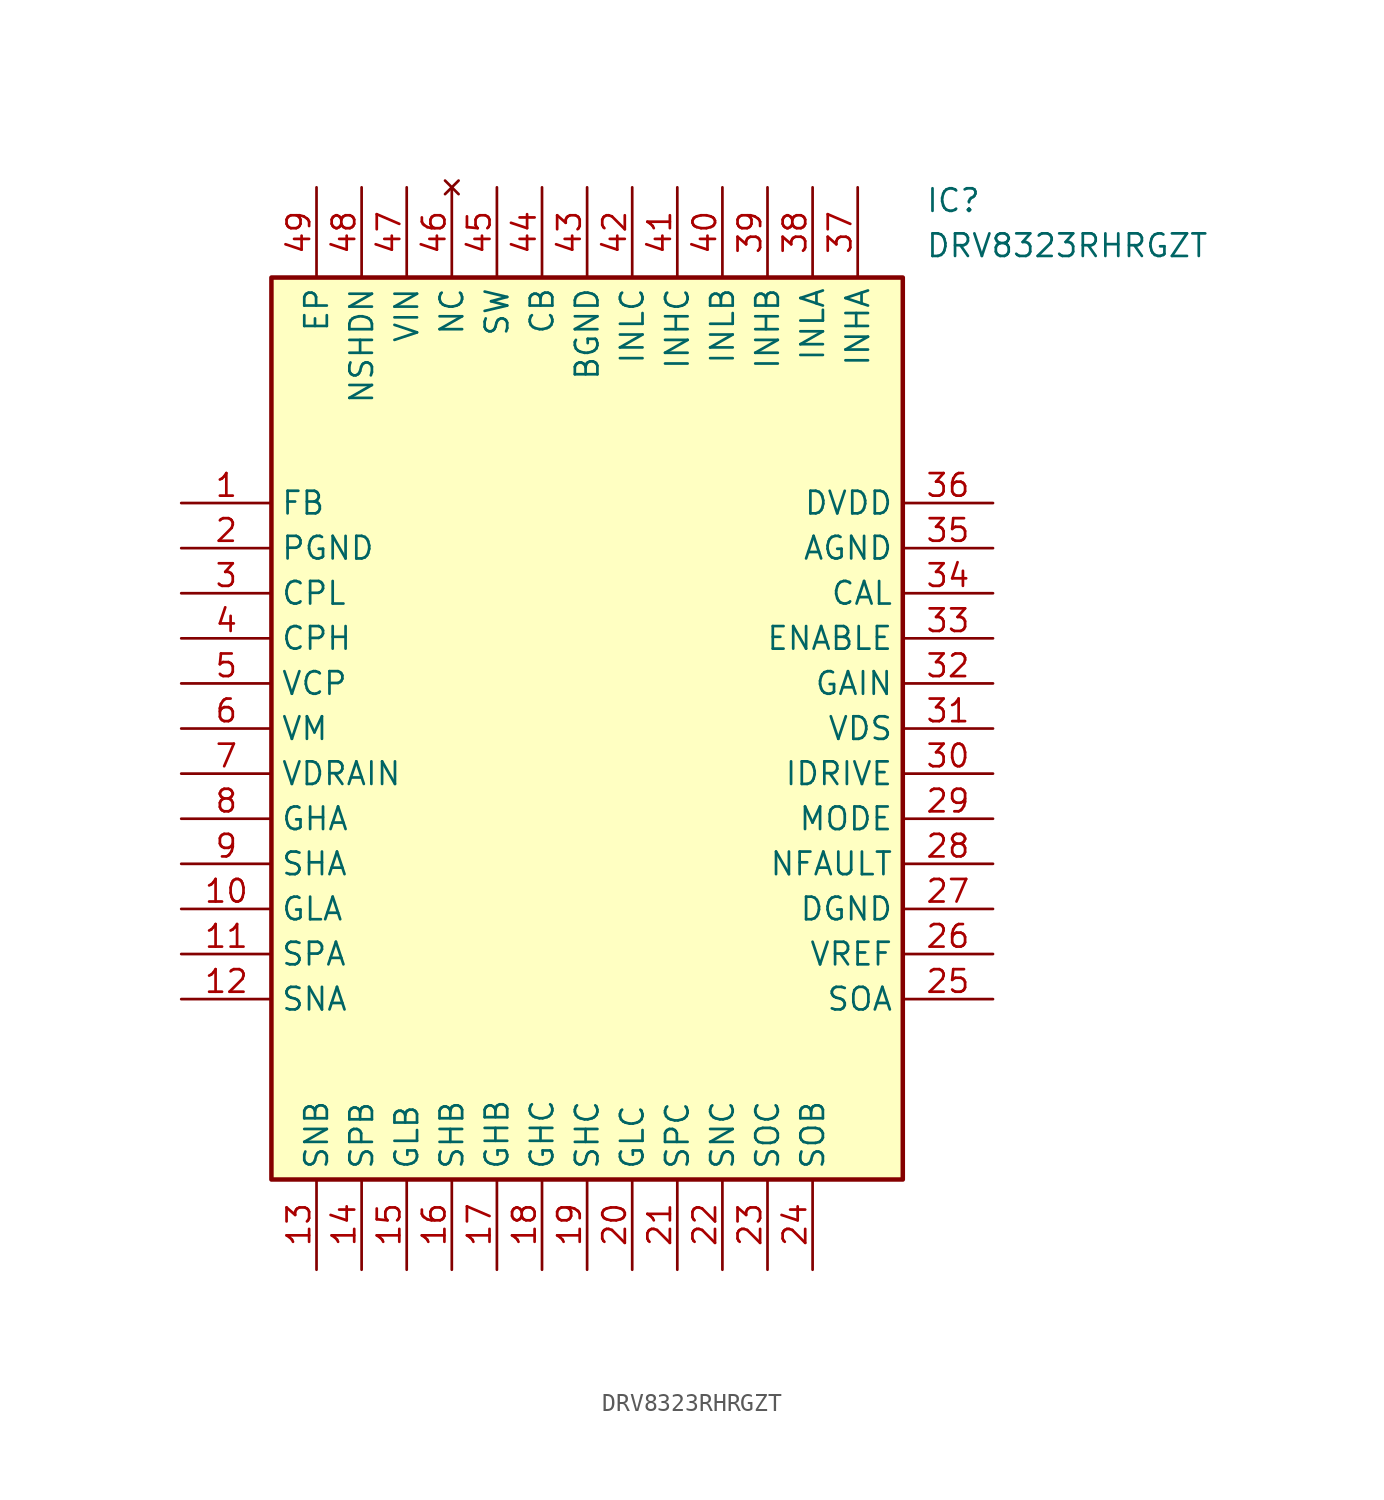
<source format=kicad_sym>
(kicad_symbol_lib
  (version 20231120)
  (generator "kicad_symbol_editor")
  (generator_version "8.0")
  (symbol "DRV8323RHRGZT"
    (property "Reference" "IC"
      (at 41.91 17.78 0)
      (effects (font (size 1.27 1.27)) (justify left top)))
    (property "Value" "DRV8323RHRGZT"
      (at 41.91 15.24 0)
      (effects (font (size 1.27 1.27)) (justify left top)))
    (symbol "DRV8323RHRGZT_1_1"
      (rectangle (start 5.08 12.7) (end 40.64 -38.1) (stroke (width 0.254) (type default)) (fill (type background)))
      (pin passive line (at 0 0 0) (length 5.08) (name "FB" (effects (font (size 1.27 1.27)))) (number "1" (effects (font (size 1.27 1.27)))))
      (pin passive line (at 0 -22.86 0) (length 5.08) (name "GLA" (effects (font (size 1.27 1.27)))) (number "10" (effects (font (size 1.27 1.27)))))
      (pin passive line (at 0 -25.4 0) (length 5.08) (name "SPA" (effects (font (size 1.27 1.27)))) (number "11" (effects (font (size 1.27 1.27)))))
      (pin passive line (at 0 -27.94 0) (length 5.08) (name "SNA" (effects (font (size 1.27 1.27)))) (number "12" (effects (font (size 1.27 1.27)))))
      (pin passive line (at 7.62 -43.18 90) (length 5.08) (name "SNB" (effects (font (size 1.27 1.27)))) (number "13" (effects (font (size 1.27 1.27)))))
      (pin passive line (at 10.16 -43.18 90) (length 5.08) (name "SPB" (effects (font (size 1.27 1.27)))) (number "14" (effects (font (size 1.27 1.27)))))
      (pin passive line (at 12.7 -43.18 90) (length 5.08) (name "GLB" (effects (font (size 1.27 1.27)))) (number "15" (effects (font (size 1.27 1.27)))))
      (pin passive line (at 15.24 -43.18 90) (length 5.08) (name "SHB" (effects (font (size 1.27 1.27)))) (number "16" (effects (font (size 1.27 1.27)))))
      (pin passive line (at 17.78 -43.18 90) (length 5.08) (name "GHB" (effects (font (size 1.27 1.27)))) (number "17" (effects (font (size 1.27 1.27)))))
      (pin passive line (at 20.32 -43.18 90) (length 5.08) (name "GHC" (effects (font (size 1.27 1.27)))) (number "18" (effects (font (size 1.27 1.27)))))
      (pin passive line (at 22.86 -43.18 90) (length 5.08) (name "SHC" (effects (font (size 1.27 1.27)))) (number "19" (effects (font (size 1.27 1.27)))))
      (pin passive line (at 0 -2.54 0) (length 5.08) (name "PGND" (effects (font (size 1.27 1.27)))) (number "2" (effects (font (size 1.27 1.27)))))
      (pin passive line (at 25.4 -43.18 90) (length 5.08) (name "GLC" (effects (font (size 1.27 1.27)))) (number "20" (effects (font (size 1.27 1.27)))))
      (pin passive line (at 27.94 -43.18 90) (length 5.08) (name "SPC" (effects (font (size 1.27 1.27)))) (number "21" (effects (font (size 1.27 1.27)))))
      (pin passive line (at 30.48 -43.18 90) (length 5.08) (name "SNC" (effects (font (size 1.27 1.27)))) (number "22" (effects (font (size 1.27 1.27)))))
      (pin passive line (at 33.02 -43.18 90) (length 5.08) (name "SOC" (effects (font (size 1.27 1.27)))) (number "23" (effects (font (size 1.27 1.27)))))
      (pin passive line (at 35.56 -43.18 90) (length 5.08) (name "SOB" (effects (font (size 1.27 1.27)))) (number "24" (effects (font (size 1.27 1.27)))))
      (pin passive line (at 45.72 -27.94 180) (length 5.08) (name "SOA" (effects (font (size 1.27 1.27)))) (number "25" (effects (font (size 1.27 1.27)))))
      (pin passive line (at 45.72 -25.4 180) (length 5.08) (name "VREF" (effects (font (size 1.27 1.27)))) (number "26" (effects (font (size 1.27 1.27)))))
      (pin passive line (at 45.72 -22.86 180) (length 5.08) (name "DGND" (effects (font (size 1.27 1.27)))) (number "27" (effects (font (size 1.27 1.27)))))
      (pin passive line (at 45.72 -20.32 180) (length 5.08) (name "NFAULT" (effects (font (size 1.27 1.27)))) (number "28" (effects (font (size 1.27 1.27)))))
      (pin passive line (at 45.72 -17.78 180) (length 5.08) (name "MODE" (effects (font (size 1.27 1.27)))) (number "29" (effects (font (size 1.27 1.27)))))
      (pin passive line (at 0 -5.08 0) (length 5.08) (name "CPL" (effects (font (size 1.27 1.27)))) (number "3" (effects (font (size 1.27 1.27)))))
      (pin passive line (at 45.72 -15.24 180) (length 5.08) (name "IDRIVE" (effects (font (size 1.27 1.27)))) (number "30" (effects (font (size 1.27 1.27)))))
      (pin passive line (at 45.72 -12.7 180) (length 5.08) (name "VDS" (effects (font (size 1.27 1.27)))) (number "31" (effects (font (size 1.27 1.27)))))
      (pin passive line (at 45.72 -10.16 180) (length 5.08) (name "GAIN" (effects (font (size 1.27 1.27)))) (number "32" (effects (font (size 1.27 1.27)))))
      (pin passive line (at 45.72 -7.62 180) (length 5.08) (name "ENABLE" (effects (font (size 1.27 1.27)))) (number "33" (effects (font (size 1.27 1.27)))))
      (pin passive line (at 45.72 -5.08 180) (length 5.08) (name "CAL" (effects (font (size 1.27 1.27)))) (number "34" (effects (font (size 1.27 1.27)))))
      (pin passive line (at 45.72 -2.54 180) (length 5.08) (name "AGND" (effects (font (size 1.27 1.27)))) (number "35" (effects (font (size 1.27 1.27)))))
      (pin passive line (at 45.72 0 180) (length 5.08) (name "DVDD" (effects (font (size 1.27 1.27)))) (number "36" (effects (font (size 1.27 1.27)))))
      (pin passive line (at 38.1 17.78 270) (length 5.08) (name "INHA" (effects (font (size 1.27 1.27)))) (number "37" (effects (font (size 1.27 1.27)))))
      (pin passive line (at 35.56 17.78 270) (length 5.08) (name "INLA" (effects (font (size 1.27 1.27)))) (number "38" (effects (font (size 1.27 1.27)))))
      (pin passive line (at 33.02 17.78 270) (length 5.08) (name "INHB" (effects (font (size 1.27 1.27)))) (number "39" (effects (font (size 1.27 1.27)))))
      (pin passive line (at 0 -7.62 0) (length 5.08) (name "CPH" (effects (font (size 1.27 1.27)))) (number "4" (effects (font (size 1.27 1.27)))))
      (pin passive line (at 30.48 17.78 270) (length 5.08) (name "INLB" (effects (font (size 1.27 1.27)))) (number "40" (effects (font (size 1.27 1.27)))))
      (pin passive line (at 27.94 17.78 270) (length 5.08) (name "INHC" (effects (font (size 1.27 1.27)))) (number "41" (effects (font (size 1.27 1.27)))))
      (pin passive line (at 25.4 17.78 270) (length 5.08) (name "INLC" (effects (font (size 1.27 1.27)))) (number "42" (effects (font (size 1.27 1.27)))))
      (pin passive line (at 22.86 17.78 270) (length 5.08) (name "BGND" (effects (font (size 1.27 1.27)))) (number "43" (effects (font (size 1.27 1.27)))))
      (pin passive line (at 20.32 17.78 270) (length 5.08) (name "CB" (effects (font (size 1.27 1.27)))) (number "44" (effects (font (size 1.27 1.27)))))
      (pin passive line (at 17.78 17.78 270) (length 5.08) (name "SW" (effects (font (size 1.27 1.27)))) (number "45" (effects (font (size 1.27 1.27)))))
      (pin no_connect line (at 15.24 17.78 270) (length 5.08) (name "NC" (effects (font (size 1.27 1.27)))) (number "46" (effects (font (size 1.27 1.27)))))
      (pin passive line (at 12.7 17.78 270) (length 5.08) (name "VIN" (effects (font (size 1.27 1.27)))) (number "47" (effects (font (size 1.27 1.27)))))
      (pin passive line (at 10.16 17.78 270) (length 5.08) (name "NSHDN" (effects (font (size 1.27 1.27)))) (number "48" (effects (font (size 1.27 1.27)))))
      (pin passive line (at 7.62 17.78 270) (length 5.08) (name "EP" (effects (font (size 1.27 1.27)))) (number "49" (effects (font (size 1.27 1.27)))))
      (pin passive line (at 0 -10.16 0) (length 5.08) (name "VCP" (effects (font (size 1.27 1.27)))) (number "5" (effects (font (size 1.27 1.27)))))
      (pin passive line (at 0 -12.7 0) (length 5.08) (name "VM" (effects (font (size 1.27 1.27)))) (number "6" (effects (font (size 1.27 1.27)))))
      (pin passive line (at 0 -15.24 0) (length 5.08) (name "VDRAIN" (effects (font (size 1.27 1.27)))) (number "7" (effects (font (size 1.27 1.27)))))
      (pin passive line (at 0 -17.78 0) (length 5.08) (name "GHA" (effects (font (size 1.27 1.27)))) (number "8" (effects (font (size 1.27 1.27)))))
      (pin passive line (at 0 -20.32 0) (length 5.08) (name "SHA" (effects (font (size 1.27 1.27)))) (number "9" (effects (font (size 1.27 1.27))))))))
</source>
